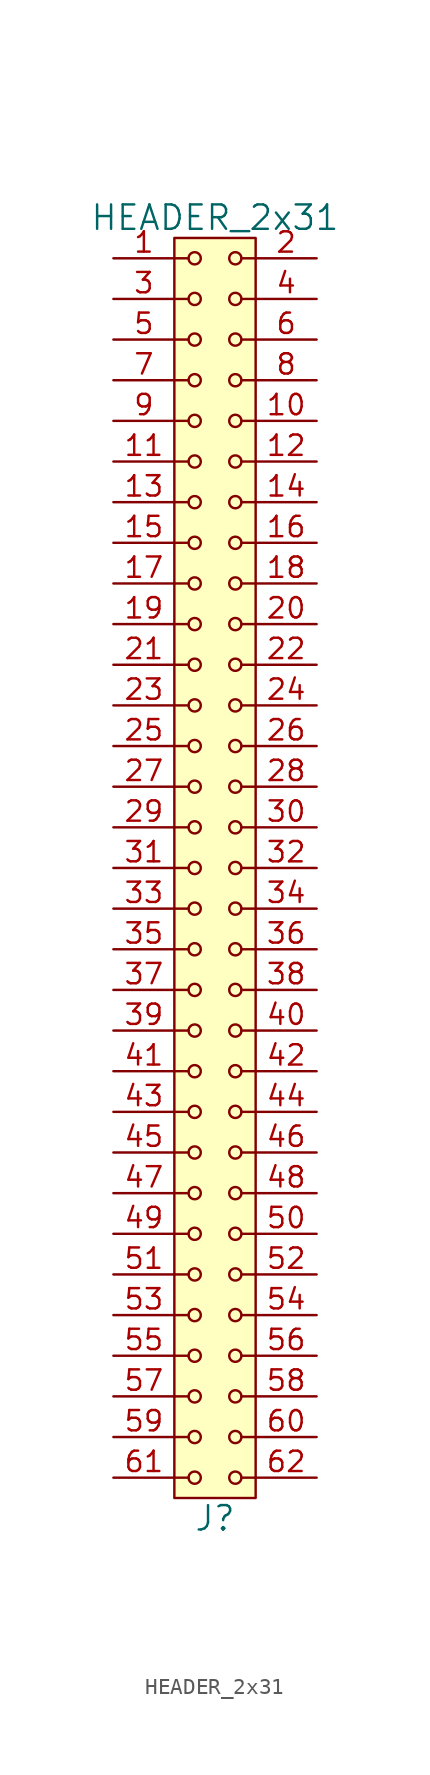
<source format=kicad_sym>
(kicad_symbol_lib
  (version 20211014)
  (generator kicad_symbol_editor)
  (symbol "HEADER_2x31"
    (pin_names
      (offset 1.016))
    (property "Reference" "J"
      (at 0 -40.64 0)
      (effects (font (size 1.524 1.524))))
    (property "Value" "HEADER_2x31"
      (at 0 40.64 0)
      (effects (font (size 1.524 1.524))))
    (property "Footprint" ""
      (at 0 38.1 0)
      (effects (font (size 1.524 1.524))))
    (property "Datasheet" ""
      (at 0 38.1 0)
      (effects (font (size 1.524 1.524))))
    (symbol "HEADER_2x31_0_1"
      (rectangle (start -2.54 39.37) (end 2.54 -39.37) (stroke (width 0) (type default) (color 0 0 0 0)) (fill (type background)))
      (circle (center -1.27 -38.1) (radius 0.381) (stroke (width 0) (type default) (color 0 0 0 0)) (fill (type none)))
      (circle (center -1.27 -35.56) (radius 0.381) (stroke (width 0) (type default) (color 0 0 0 0)) (fill (type none)))
      (circle (center -1.27 -33.02) (radius 0.381) (stroke (width 0) (type default) (color 0 0 0 0)) (fill (type none)))
      (circle (center -1.27 -30.48) (radius 0.381) (stroke (width 0) (type default) (color 0 0 0 0)) (fill (type none)))
      (circle (center -1.27 -27.94) (radius 0.381) (stroke (width 0) (type default) (color 0 0 0 0)) (fill (type none)))
      (circle (center -1.27 -25.4) (radius 0.381) (stroke (width 0) (type default) (color 0 0 0 0)) (fill (type none)))
      (circle (center -1.27 -22.86) (radius 0.381) (stroke (width 0) (type default) (color 0 0 0 0)) (fill (type none)))
      (circle (center -1.27 -20.32) (radius 0.381) (stroke (width 0) (type default) (color 0 0 0 0)) (fill (type none)))
      (circle (center -1.27 -17.78) (radius 0.381) (stroke (width 0) (type default) (color 0 0 0 0)) (fill (type none)))
      (circle (center -1.27 -15.24) (radius 0.381) (stroke (width 0) (type default) (color 0 0 0 0)) (fill (type none)))
      (circle (center -1.27 -12.7) (radius 0.381) (stroke (width 0) (type default) (color 0 0 0 0)) (fill (type none)))
      (circle (center -1.27 -10.16) (radius 0.381) (stroke (width 0) (type default) (color 0 0 0 0)) (fill (type none)))
      (circle (center -1.27 -7.62) (radius 0.381) (stroke (width 0) (type default) (color 0 0 0 0)) (fill (type none)))
      (circle (center -1.27 -5.08) (radius 0.381) (stroke (width 0) (type default) (color 0 0 0 0)) (fill (type none)))
      (circle (center -1.27 -2.54) (radius 0.381) (stroke (width 0) (type default) (color 0 0 0 0)) (fill (type none)))
      (circle (center -1.27 0) (radius 0.381) (stroke (width 0) (type default) (color 0 0 0 0)) (fill (type none)))
      (circle (center -1.27 2.54) (radius 0.381) (stroke (width 0) (type default) (color 0 0 0 0)) (fill (type none)))
      (circle (center -1.27 5.08) (radius 0.381) (stroke (width 0) (type default) (color 0 0 0 0)) (fill (type none)))
      (circle (center -1.27 7.62) (radius 0.381) (stroke (width 0) (type default) (color 0 0 0 0)) (fill (type none)))
      (circle (center -1.27 10.16) (radius 0.381) (stroke (width 0) (type default) (color 0 0 0 0)) (fill (type none)))
      (circle (center -1.27 12.7) (radius 0.381) (stroke (width 0) (type default) (color 0 0 0 0)) (fill (type none)))
      (circle (center -1.27 15.24) (radius 0.381) (stroke (width 0) (type default) (color 0 0 0 0)) (fill (type none)))
      (circle (center -1.27 17.78) (radius 0.381) (stroke (width 0) (type default) (color 0 0 0 0)) (fill (type none)))
      (circle (center -1.27 20.32) (radius 0.381) (stroke (width 0) (type default) (color 0 0 0 0)) (fill (type none)))
      (circle (center -1.27 22.86) (radius 0.381) (stroke (width 0) (type default) (color 0 0 0 0)) (fill (type none)))
      (circle (center -1.27 25.4) (radius 0.381) (stroke (width 0) (type default) (color 0 0 0 0)) (fill (type none)))
      (circle (center -1.27 27.94) (radius 0.381) (stroke (width 0) (type default) (color 0 0 0 0)) (fill (type none)))
      (circle (center -1.27 30.48) (radius 0.381) (stroke (width 0) (type default) (color 0 0 0 0)) (fill (type none)))
      (circle (center -1.27 33.02) (radius 0.381) (stroke (width 0) (type default) (color 0 0 0 0)) (fill (type none)))
      (circle (center -1.27 35.56) (radius 0.381) (stroke (width 0) (type default) (color 0 0 0 0)) (fill (type none)))
      (circle (center -1.27 38.1) (radius 0.381) (stroke (width 0) (type default) (color 0 0 0 0)) (fill (type none)))
      (polyline (pts (xy -1.651 -38.1) (xy -2.54 -38.1)) (stroke (width 0) (type default) (color 0 0 0 0)) (fill (type none)))
      (polyline (pts (xy -1.651 -35.56) (xy -2.54 -35.56)) (stroke (width 0) (type default) (color 0 0 0 0)) (fill (type none)))
      (polyline (pts (xy -1.651 -33.02) (xy -2.54 -33.02)) (stroke (width 0) (type default) (color 0 0 0 0)) (fill (type none)))
      (polyline (pts (xy -1.651 -30.48) (xy -2.54 -30.48)) (stroke (width 0) (type default) (color 0 0 0 0)) (fill (type none)))
      (polyline (pts (xy -1.651 -27.94) (xy -2.54 -27.94)) (stroke (width 0) (type default) (color 0 0 0 0)) (fill (type none)))
      (polyline (pts (xy -1.651 -25.4) (xy -2.54 -25.4)) (stroke (width 0) (type default) (color 0 0 0 0)) (fill (type none)))
      (polyline (pts (xy -1.651 -22.86) (xy -2.54 -22.86)) (stroke (width 0) (type default) (color 0 0 0 0)) (fill (type none)))
      (polyline (pts (xy -1.651 -20.32) (xy -2.54 -20.32)) (stroke (width 0) (type default) (color 0 0 0 0)) (fill (type none)))
      (polyline (pts (xy -1.651 -17.78) (xy -2.54 -17.78)) (stroke (width 0) (type default) (color 0 0 0 0)) (fill (type none)))
      (polyline (pts (xy -1.651 -15.24) (xy -2.54 -15.24)) (stroke (width 0) (type default) (color 0 0 0 0)) (fill (type none)))
      (polyline (pts (xy -1.651 -12.7) (xy -2.54 -12.7)) (stroke (width 0) (type default) (color 0 0 0 0)) (fill (type none)))
      (polyline (pts (xy -1.651 -10.16) (xy -2.54 -10.16)) (stroke (width 0) (type default) (color 0 0 0 0)) (fill (type none)))
      (polyline (pts (xy -1.651 -7.62) (xy -2.54 -7.62)) (stroke (width 0) (type default) (color 0 0 0 0)) (fill (type none)))
      (polyline (pts (xy -1.651 -5.08) (xy -2.54 -5.08)) (stroke (width 0) (type default) (color 0 0 0 0)) (fill (type none)))
      (polyline (pts (xy -1.651 -2.54) (xy -2.54 -2.54)) (stroke (width 0) (type default) (color 0 0 0 0)) (fill (type none)))
      (polyline (pts (xy -1.651 0) (xy -2.54 0)) (stroke (width 0) (type default) (color 0 0 0 0)) (fill (type none)))
      (polyline (pts (xy -1.651 2.54) (xy -2.54 2.54)) (stroke (width 0) (type default) (color 0 0 0 0)) (fill (type none)))
      (polyline (pts (xy -1.651 5.08) (xy -2.54 5.08)) (stroke (width 0) (type default) (color 0 0 0 0)) (fill (type none)))
      (polyline (pts (xy -1.651 7.62) (xy -2.54 7.62)) (stroke (width 0) (type default) (color 0 0 0 0)) (fill (type none)))
      (polyline (pts (xy -1.651 10.16) (xy -2.54 10.16)) (stroke (width 0) (type default) (color 0 0 0 0)) (fill (type none)))
      (polyline (pts (xy -1.651 12.7) (xy -2.54 12.7)) (stroke (width 0) (type default) (color 0 0 0 0)) (fill (type none)))
      (polyline (pts (xy -1.651 15.24) (xy -2.54 15.24)) (stroke (width 0) (type default) (color 0 0 0 0)) (fill (type none)))
      (polyline (pts (xy -1.651 17.78) (xy -2.54 17.78)) (stroke (width 0) (type default) (color 0 0 0 0)) (fill (type none)))
      (polyline (pts (xy -1.651 20.32) (xy -2.54 20.32)) (stroke (width 0) (type default) (color 0 0 0 0)) (fill (type none)))
      (polyline (pts (xy -1.651 22.86) (xy -2.54 22.86)) (stroke (width 0) (type default) (color 0 0 0 0)) (fill (type none)))
      (polyline (pts (xy -1.651 25.4) (xy -2.54 25.4)) (stroke (width 0) (type default) (color 0 0 0 0)) (fill (type none)))
      (polyline (pts (xy -1.651 27.94) (xy -2.54 27.94)) (stroke (width 0) (type default) (color 0 0 0 0)) (fill (type none)))
      (polyline (pts (xy -1.651 30.48) (xy -2.54 30.48)) (stroke (width 0) (type default) (color 0 0 0 0)) (fill (type none)))
      (polyline (pts (xy -1.651 33.02) (xy -2.54 33.02)) (stroke (width 0) (type default) (color 0 0 0 0)) (fill (type none)))
      (polyline (pts (xy -1.651 35.56) (xy -2.54 35.56)) (stroke (width 0) (type default) (color 0 0 0 0)) (fill (type none)))
      (polyline (pts (xy -1.651 38.1) (xy -2.54 38.1)) (stroke (width 0) (type default) (color 0 0 0 0)) (fill (type none)))
      (polyline (pts (xy 1.651 -38.1) (xy 2.54 -38.1)) (stroke (width 0) (type default) (color 0 0 0 0)) (fill (type none)))
      (polyline (pts (xy 1.651 -35.56) (xy 2.54 -35.56)) (stroke (width 0) (type default) (color 0 0 0 0)) (fill (type none)))
      (polyline (pts (xy 1.651 -33.02) (xy 2.54 -33.02)) (stroke (width 0) (type default) (color 0 0 0 0)) (fill (type none)))
      (polyline (pts (xy 1.651 -30.48) (xy 2.54 -30.48)) (stroke (width 0) (type default) (color 0 0 0 0)) (fill (type none)))
      (polyline (pts (xy 1.651 -27.94) (xy 2.54 -27.94)) (stroke (width 0) (type default) (color 0 0 0 0)) (fill (type none)))
      (polyline (pts (xy 1.651 -25.4) (xy 2.54 -25.4)) (stroke (width 0) (type default) (color 0 0 0 0)) (fill (type none)))
      (polyline (pts (xy 1.651 -22.86) (xy 2.54 -22.86)) (stroke (width 0) (type default) (color 0 0 0 0)) (fill (type none)))
      (polyline (pts (xy 1.651 -20.32) (xy 2.54 -20.32)) (stroke (width 0) (type default) (color 0 0 0 0)) (fill (type none)))
      (polyline (pts (xy 1.651 -17.78) (xy 2.54 -17.78)) (stroke (width 0) (type default) (color 0 0 0 0)) (fill (type none)))
      (polyline (pts (xy 1.651 -15.24) (xy 2.54 -15.24)) (stroke (width 0) (type default) (color 0 0 0 0)) (fill (type none)))
      (polyline (pts (xy 1.651 -12.7) (xy 2.54 -12.7)) (stroke (width 0) (type default) (color 0 0 0 0)) (fill (type none)))
      (polyline (pts (xy 1.651 -10.16) (xy 2.54 -10.16)) (stroke (width 0) (type default) (color 0 0 0 0)) (fill (type none)))
      (polyline (pts (xy 1.651 -7.62) (xy 2.54 -7.62)) (stroke (width 0) (type default) (color 0 0 0 0)) (fill (type none)))
      (polyline (pts (xy 1.651 -5.08) (xy 2.54 -5.08)) (stroke (width 0) (type default) (color 0 0 0 0)) (fill (type none)))
      (polyline (pts (xy 1.651 -2.54) (xy 2.54 -2.54)) (stroke (width 0) (type default) (color 0 0 0 0)) (fill (type none)))
      (polyline (pts (xy 1.651 0) (xy 2.54 0)) (stroke (width 0) (type default) (color 0 0 0 0)) (fill (type none)))
      (polyline (pts (xy 1.651 2.54) (xy 2.54 2.54)) (stroke (width 0) (type default) (color 0 0 0 0)) (fill (type none)))
      (polyline (pts (xy 1.651 5.08) (xy 2.54 5.08)) (stroke (width 0) (type default) (color 0 0 0 0)) (fill (type none)))
      (polyline (pts (xy 1.651 7.62) (xy 2.54 7.62)) (stroke (width 0) (type default) (color 0 0 0 0)) (fill (type none)))
      (polyline (pts (xy 1.651 10.16) (xy 2.54 10.16)) (stroke (width 0) (type default) (color 0 0 0 0)) (fill (type none)))
      (polyline (pts (xy 1.651 12.7) (xy 2.54 12.7)) (stroke (width 0) (type default) (color 0 0 0 0)) (fill (type none)))
      (polyline (pts (xy 1.651 15.24) (xy 2.54 15.24)) (stroke (width 0) (type default) (color 0 0 0 0)) (fill (type none)))
      (polyline (pts (xy 1.651 17.78) (xy 2.54 17.78)) (stroke (width 0) (type default) (color 0 0 0 0)) (fill (type none)))
      (polyline (pts (xy 1.651 20.32) (xy 2.54 20.32)) (stroke (width 0) (type default) (color 0 0 0 0)) (fill (type none)))
      (polyline (pts (xy 1.651 22.86) (xy 2.54 22.86)) (stroke (width 0) (type default) (color 0 0 0 0)) (fill (type none)))
      (polyline (pts (xy 1.651 25.4) (xy 2.54 25.4)) (stroke (width 0) (type default) (color 0 0 0 0)) (fill (type none)))
      (polyline (pts (xy 1.651 27.94) (xy 2.54 27.94)) (stroke (width 0) (type default) (color 0 0 0 0)) (fill (type none)))
      (polyline (pts (xy 1.651 30.48) (xy 2.54 30.48)) (stroke (width 0) (type default) (color 0 0 0 0)) (fill (type none)))
      (polyline (pts (xy 1.651 33.02) (xy 2.54 33.02)) (stroke (width 0) (type default) (color 0 0 0 0)) (fill (type none)))
      (polyline (pts (xy 1.651 35.56) (xy 2.54 35.56)) (stroke (width 0) (type default) (color 0 0 0 0)) (fill (type none)))
      (polyline (pts (xy 1.651 38.1) (xy 2.54 38.1)) (stroke (width 0) (type default) (color 0 0 0 0)) (fill (type none)))
      (circle (center 1.27 -38.1) (radius 0.381) (stroke (width 0) (type default) (color 0 0 0 0)) (fill (type none)))
      (circle (center 1.27 -35.56) (radius 0.381) (stroke (width 0) (type default) (color 0 0 0 0)) (fill (type none)))
      (circle (center 1.27 -33.02) (radius 0.381) (stroke (width 0) (type default) (color 0 0 0 0)) (fill (type none)))
      (circle (center 1.27 -30.48) (radius 0.381) (stroke (width 0) (type default) (color 0 0 0 0)) (fill (type none)))
      (circle (center 1.27 -27.94) (radius 0.381) (stroke (width 0) (type default) (color 0 0 0 0)) (fill (type none)))
      (circle (center 1.27 -25.4) (radius 0.381) (stroke (width 0) (type default) (color 0 0 0 0)) (fill (type none)))
      (circle (center 1.27 -22.86) (radius 0.381) (stroke (width 0) (type default) (color 0 0 0 0)) (fill (type none)))
      (circle (center 1.27 -20.32) (radius 0.381) (stroke (width 0) (type default) (color 0 0 0 0)) (fill (type none)))
      (circle (center 1.27 -17.78) (radius 0.381) (stroke (width 0) (type default) (color 0 0 0 0)) (fill (type none)))
      (circle (center 1.27 -15.24) (radius 0.381) (stroke (width 0) (type default) (color 0 0 0 0)) (fill (type none)))
      (circle (center 1.27 -12.7) (radius 0.381) (stroke (width 0) (type default) (color 0 0 0 0)) (fill (type none)))
      (circle (center 1.27 -10.16) (radius 0.381) (stroke (width 0) (type default) (color 0 0 0 0)) (fill (type none)))
      (circle (center 1.27 -7.62) (radius 0.381) (stroke (width 0) (type default) (color 0 0 0 0)) (fill (type none)))
      (circle (center 1.27 -5.08) (radius 0.381) (stroke (width 0) (type default) (color 0 0 0 0)) (fill (type none)))
      (circle (center 1.27 -2.54) (radius 0.381) (stroke (width 0) (type default) (color 0 0 0 0)) (fill (type none)))
      (circle (center 1.27 0) (radius 0.381) (stroke (width 0) (type default) (color 0 0 0 0)) (fill (type none)))
      (circle (center 1.27 2.54) (radius 0.381) (stroke (width 0) (type default) (color 0 0 0 0)) (fill (type none)))
      (circle (center 1.27 5.08) (radius 0.381) (stroke (width 0) (type default) (color 0 0 0 0)) (fill (type none)))
      (circle (center 1.27 7.62) (radius 0.381) (stroke (width 0) (type default) (color 0 0 0 0)) (fill (type none)))
      (circle (center 1.27 10.16) (radius 0.381) (stroke (width 0) (type default) (color 0 0 0 0)) (fill (type none)))
      (circle (center 1.27 12.7) (radius 0.381) (stroke (width 0) (type default) (color 0 0 0 0)) (fill (type none)))
      (circle (center 1.27 15.24) (radius 0.381) (stroke (width 0) (type default) (color 0 0 0 0)) (fill (type none)))
      (circle (center 1.27 17.78) (radius 0.381) (stroke (width 0) (type default) (color 0 0 0 0)) (fill (type none)))
      (circle (center 1.27 20.32) (radius 0.381) (stroke (width 0) (type default) (color 0 0 0 0)) (fill (type none)))
      (circle (center 1.27 22.86) (radius 0.381) (stroke (width 0) (type default) (color 0 0 0 0)) (fill (type none)))
      (circle (center 1.27 25.4) (radius 0.381) (stroke (width 0) (type default) (color 0 0 0 0)) (fill (type none)))
      (circle (center 1.27 27.94) (radius 0.381) (stroke (width 0) (type default) (color 0 0 0 0)) (fill (type none)))
      (circle (center 1.27 30.48) (radius 0.381) (stroke (width 0) (type default) (color 0 0 0 0)) (fill (type none)))
      (circle (center 1.27 33.02) (radius 0.381) (stroke (width 0) (type default) (color 0 0 0 0)) (fill (type none)))
      (circle (center 1.27 35.56) (radius 0.381) (stroke (width 0) (type default) (color 0 0 0 0)) (fill (type none)))
      (circle (center 1.27 38.1) (radius 0.381) (stroke (width 0) (type default) (color 0 0 0 0)) (fill (type none))))
    (symbol "HEADER_2x31_1_1"
      (pin input line (at -6.35 38.1 0) (length 3.81) (name "~" (effects (font (size 1.27 1.27)))) (number "1" (effects (font (size 1.27 1.27)))))
      (pin input line (at 6.35 27.94 180) (length 3.81) (name "~" (effects (font (size 1.27 1.27)))) (number "10" (effects (font (size 1.27 1.27)))))
      (pin input line (at -6.35 25.4 0) (length 3.81) (name "~" (effects (font (size 1.27 1.27)))) (number "11" (effects (font (size 1.27 1.27)))))
      (pin input line (at 6.35 25.4 180) (length 3.81) (name "~" (effects (font (size 1.27 1.27)))) (number "12" (effects (font (size 1.27 1.27)))))
      (pin input line (at -6.35 22.86 0) (length 3.81) (name "~" (effects (font (size 1.27 1.27)))) (number "13" (effects (font (size 1.27 1.27)))))
      (pin input line (at 6.35 22.86 180) (length 3.81) (name "~" (effects (font (size 1.27 1.27)))) (number "14" (effects (font (size 1.27 1.27)))))
      (pin input line (at -6.35 20.32 0) (length 3.81) (name "~" (effects (font (size 1.27 1.27)))) (number "15" (effects (font (size 1.27 1.27)))))
      (pin input line (at 6.35 20.32 180) (length 3.81) (name "~" (effects (font (size 1.27 1.27)))) (number "16" (effects (font (size 1.27 1.27)))))
      (pin input line (at -6.35 17.78 0) (length 3.81) (name "~" (effects (font (size 1.27 1.27)))) (number "17" (effects (font (size 1.27 1.27)))))
      (pin input line (at 6.35 17.78 180) (length 3.81) (name "~" (effects (font (size 1.27 1.27)))) (number "18" (effects (font (size 1.27 1.27)))))
      (pin input line (at -6.35 15.24 0) (length 3.81) (name "~" (effects (font (size 1.27 1.27)))) (number "19" (effects (font (size 1.27 1.27)))))
      (pin input line (at 6.35 38.1 180) (length 3.81) (name "~" (effects (font (size 1.27 1.27)))) (number "2" (effects (font (size 1.27 1.27)))))
      (pin input line (at 6.35 15.24 180) (length 3.81) (name "~" (effects (font (size 1.27 1.27)))) (number "20" (effects (font (size 1.27 1.27)))))
      (pin input line (at -6.35 12.7 0) (length 3.81) (name "~" (effects (font (size 1.27 1.27)))) (number "21" (effects (font (size 1.27 1.27)))))
      (pin input line (at 6.35 12.7 180) (length 3.81) (name "~" (effects (font (size 1.27 1.27)))) (number "22" (effects (font (size 1.27 1.27)))))
      (pin input line (at -6.35 10.16 0) (length 3.81) (name "~" (effects (font (size 1.27 1.27)))) (number "23" (effects (font (size 1.27 1.27)))))
      (pin input line (at 6.35 10.16 180) (length 3.81) (name "~" (effects (font (size 1.27 1.27)))) (number "24" (effects (font (size 1.27 1.27)))))
      (pin input line (at -6.35 7.62 0) (length 3.81) (name "~" (effects (font (size 1.27 1.27)))) (number "25" (effects (font (size 1.27 1.27)))))
      (pin input line (at 6.35 7.62 180) (length 3.81) (name "~" (effects (font (size 1.27 1.27)))) (number "26" (effects (font (size 1.27 1.27)))))
      (pin input line (at -6.35 5.08 0) (length 3.81) (name "~" (effects (font (size 1.27 1.27)))) (number "27" (effects (font (size 1.27 1.27)))))
      (pin input line (at 6.35 5.08 180) (length 3.81) (name "~" (effects (font (size 1.27 1.27)))) (number "28" (effects (font (size 1.27 1.27)))))
      (pin input line (at -6.35 2.54 0) (length 3.81) (name "~" (effects (font (size 1.27 1.27)))) (number "29" (effects (font (size 1.27 1.27)))))
      (pin input line (at -6.35 35.56 0) (length 3.81) (name "~" (effects (font (size 1.27 1.27)))) (number "3" (effects (font (size 1.27 1.27)))))
      (pin input line (at 6.35 2.54 180) (length 3.81) (name "~" (effects (font (size 1.27 1.27)))) (number "30" (effects (font (size 1.27 1.27)))))
      (pin input line (at -6.35 0 0) (length 3.81) (name "~" (effects (font (size 1.27 1.27)))) (number "31" (effects (font (size 1.27 1.27)))))
      (pin input line (at 6.35 0 180) (length 3.81) (name "~" (effects (font (size 1.27 1.27)))) (number "32" (effects (font (size 1.27 1.27)))))
      (pin input line (at -6.35 -2.54 0) (length 3.81) (name "~" (effects (font (size 1.27 1.27)))) (number "33" (effects (font (size 1.27 1.27)))))
      (pin input line (at 6.35 -2.54 180) (length 3.81) (name "~" (effects (font (size 1.27 1.27)))) (number "34" (effects (font (size 1.27 1.27)))))
      (pin input line (at -6.35 -5.08 0) (length 3.81) (name "~" (effects (font (size 1.27 1.27)))) (number "35" (effects (font (size 1.27 1.27)))))
      (pin input line (at 6.35 -5.08 180) (length 3.81) (name "~" (effects (font (size 1.27 1.27)))) (number "36" (effects (font (size 1.27 1.27)))))
      (pin input line (at -6.35 -7.62 0) (length 3.81) (name "~" (effects (font (size 1.27 1.27)))) (number "37" (effects (font (size 1.27 1.27)))))
      (pin input line (at 6.35 -7.62 180) (length 3.81) (name "~" (effects (font (size 1.27 1.27)))) (number "38" (effects (font (size 1.27 1.27)))))
      (pin input line (at -6.35 -10.16 0) (length 3.81) (name "~" (effects (font (size 1.27 1.27)))) (number "39" (effects (font (size 1.27 1.27)))))
      (pin input line (at 6.35 35.56 180) (length 3.81) (name "~" (effects (font (size 1.27 1.27)))) (number "4" (effects (font (size 1.27 1.27)))))
      (pin input line (at 6.35 -10.16 180) (length 3.81) (name "~" (effects (font (size 1.27 1.27)))) (number "40" (effects (font (size 1.27 1.27)))))
      (pin input line (at -6.35 -12.7 0) (length 3.81) (name "~" (effects (font (size 1.27 1.27)))) (number "41" (effects (font (size 1.27 1.27)))))
      (pin input line (at 6.35 -12.7 180) (length 3.81) (name "~" (effects (font (size 1.27 1.27)))) (number "42" (effects (font (size 1.27 1.27)))))
      (pin input line (at -6.35 -15.24 0) (length 3.81) (name "~" (effects (font (size 1.27 1.27)))) (number "43" (effects (font (size 1.27 1.27)))))
      (pin input line (at 6.35 -15.24 180) (length 3.81) (name "~" (effects (font (size 1.27 1.27)))) (number "44" (effects (font (size 1.27 1.27)))))
      (pin input line (at -6.35 -17.78 0) (length 3.81) (name "~" (effects (font (size 1.27 1.27)))) (number "45" (effects (font (size 1.27 1.27)))))
      (pin input line (at 6.35 -17.78 180) (length 3.81) (name "~" (effects (font (size 1.27 1.27)))) (number "46" (effects (font (size 1.27 1.27)))))
      (pin input line (at -6.35 -20.32 0) (length 3.81) (name "~" (effects (font (size 1.27 1.27)))) (number "47" (effects (font (size 1.27 1.27)))))
      (pin input line (at 6.35 -20.32 180) (length 3.81) (name "~" (effects (font (size 1.27 1.27)))) (number "48" (effects (font (size 1.27 1.27)))))
      (pin input line (at -6.35 -22.86 0) (length 3.81) (name "~" (effects (font (size 1.27 1.27)))) (number "49" (effects (font (size 1.27 1.27)))))
      (pin input line (at -6.35 33.02 0) (length 3.81) (name "~" (effects (font (size 1.27 1.27)))) (number "5" (effects (font (size 1.27 1.27)))))
      (pin input line (at 6.35 -22.86 180) (length 3.81) (name "~" (effects (font (size 1.27 1.27)))) (number "50" (effects (font (size 1.27 1.27)))))
      (pin input line (at -6.35 -25.4 0) (length 3.81) (name "~" (effects (font (size 1.27 1.27)))) (number "51" (effects (font (size 1.27 1.27)))))
      (pin input line (at 6.35 -25.4 180) (length 3.81) (name "~" (effects (font (size 1.27 1.27)))) (number "52" (effects (font (size 1.27 1.27)))))
      (pin input line (at -6.35 -27.94 0) (length 3.81) (name "~" (effects (font (size 1.27 1.27)))) (number "53" (effects (font (size 1.27 1.27)))))
      (pin input line (at 6.35 -27.94 180) (length 3.81) (name "~" (effects (font (size 1.27 1.27)))) (number "54" (effects (font (size 1.27 1.27)))))
      (pin input line (at -6.35 -30.48 0) (length 3.81) (name "~" (effects (font (size 1.27 1.27)))) (number "55" (effects (font (size 1.27 1.27)))))
      (pin input line (at 6.35 -30.48 180) (length 3.81) (name "~" (effects (font (size 1.27 1.27)))) (number "56" (effects (font (size 1.27 1.27)))))
      (pin input line (at -6.35 -33.02 0) (length 3.81) (name "~" (effects (font (size 1.27 1.27)))) (number "57" (effects (font (size 1.27 1.27)))))
      (pin input line (at 6.35 -33.02 180) (length 3.81) (name "~" (effects (font (size 1.27 1.27)))) (number "58" (effects (font (size 1.27 1.27)))))
      (pin input line (at -6.35 -35.56 0) (length 3.81) (name "~" (effects (font (size 1.27 1.27)))) (number "59" (effects (font (size 1.27 1.27)))))
      (pin input line (at 6.35 33.02 180) (length 3.81) (name "~" (effects (font (size 1.27 1.27)))) (number "6" (effects (font (size 1.27 1.27)))))
      (pin input line (at 6.35 -35.56 180) (length 3.81) (name "~" (effects (font (size 1.27 1.27)))) (number "60" (effects (font (size 1.27 1.27)))))
      (pin input line (at -6.35 -38.1 0) (length 3.81) (name "~" (effects (font (size 1.27 1.27)))) (number "61" (effects (font (size 1.27 1.27)))))
      (pin input line (at 6.35 -38.1 180) (length 3.81) (name "~" (effects (font (size 1.27 1.27)))) (number "62" (effects (font (size 1.27 1.27)))))
      (pin input line (at -6.35 30.48 0) (length 3.81) (name "~" (effects (font (size 1.27 1.27)))) (number "7" (effects (font (size 1.27 1.27)))))
      (pin input line (at 6.35 30.48 180) (length 3.81) (name "~" (effects (font (size 1.27 1.27)))) (number "8" (effects (font (size 1.27 1.27)))))
      (pin input line (at -6.35 27.94 0) (length 3.81) (name "~" (effects (font (size 1.27 1.27)))) (number "9" (effects (font (size 1.27 1.27))))))))
</source>
